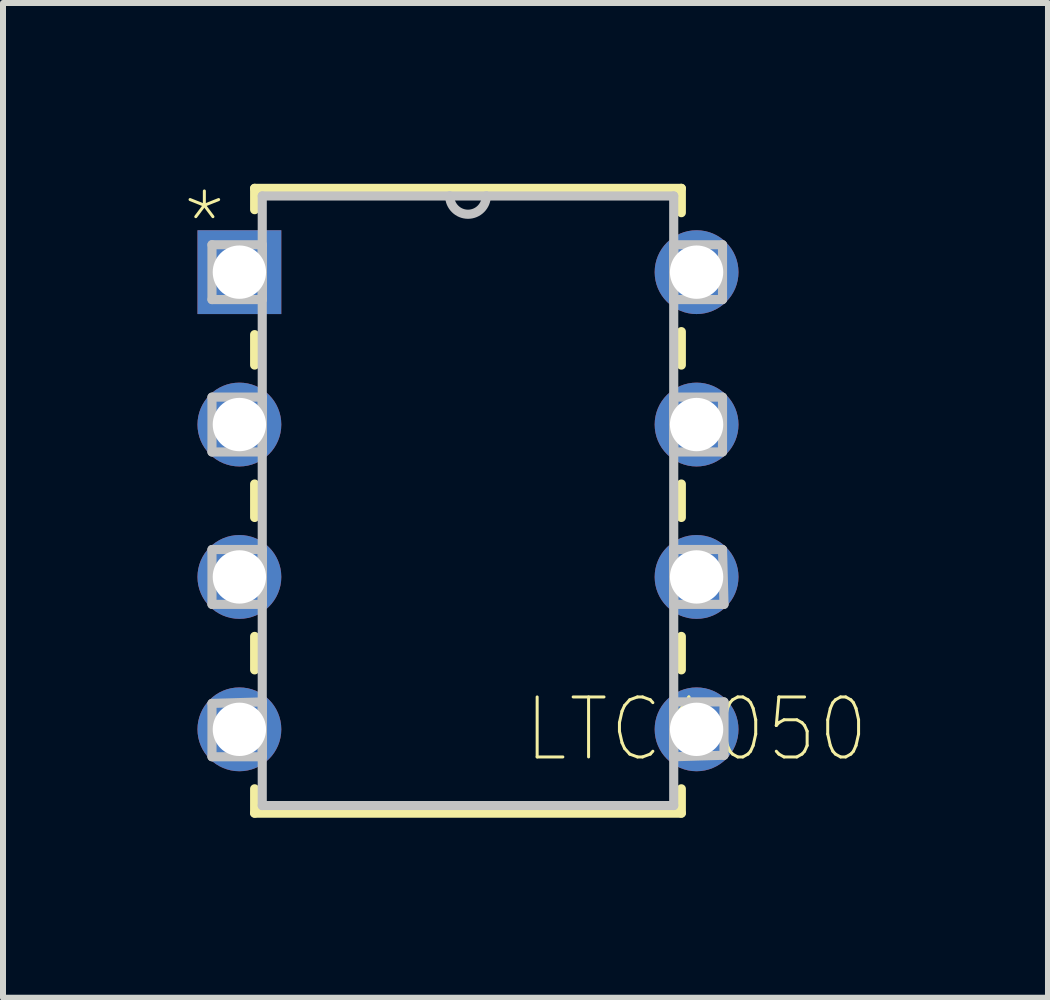
<source format=kicad_pcb>
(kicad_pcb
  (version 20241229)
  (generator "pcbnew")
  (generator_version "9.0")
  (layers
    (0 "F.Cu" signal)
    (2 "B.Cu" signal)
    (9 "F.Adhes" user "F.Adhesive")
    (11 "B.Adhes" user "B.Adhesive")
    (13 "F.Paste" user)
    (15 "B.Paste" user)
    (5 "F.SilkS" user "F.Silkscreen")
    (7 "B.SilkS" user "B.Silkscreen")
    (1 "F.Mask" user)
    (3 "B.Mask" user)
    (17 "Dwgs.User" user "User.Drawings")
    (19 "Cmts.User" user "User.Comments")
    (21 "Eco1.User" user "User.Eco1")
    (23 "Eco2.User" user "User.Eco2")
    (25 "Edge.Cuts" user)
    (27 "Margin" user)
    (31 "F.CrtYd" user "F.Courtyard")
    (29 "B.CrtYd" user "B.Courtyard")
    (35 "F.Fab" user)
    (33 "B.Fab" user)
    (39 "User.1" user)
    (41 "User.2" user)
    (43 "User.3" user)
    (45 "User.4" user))
  (footprint "LTC1050"
    (layer "F.Cu")
    (at 8.56 9.106)
    (property "Reference" "LTC1050" (at 0 0 0) (layer "F.SilkS") (effects (font (size 1 0.9) (thickness 0.05))))
    (attr through_hole)
    (fp_line (start -7.366 -9.017) (end -7.366 -8.661) (stroke (width 0.152) (type solid)) (layer "F.SilkS"))
    (fp_line (start -7.366 -6.579) (end -7.366 -6.071) (stroke (width 0.152) (type solid)) (layer "F.SilkS"))
    (fp_line (start -7.366 -4.089) (end -7.366 -3.531) (stroke (width 0.152) (type solid)) (layer "F.SilkS"))
    (fp_line (start -7.366 -1.549) (end -7.366 -0.991) (stroke (width 0.152) (type solid)) (layer "F.SilkS"))
    (fp_line (start -7.366 0.991) (end -7.366 1.397) (stroke (width 0.152) (type solid)) (layer "F.SilkS"))
    (fp_line (start -7.366 1.397) (end -0.254 1.397) (stroke (width 0.152) (type solid)) (layer "F.SilkS"))
    (fp_line (start -0.254 -9.017) (end -7.366 -9.017) (stroke (width 0.152) (type solid)) (layer "F.SilkS"))
    (fp_line (start -0.254 -8.611) (end -0.254 -9.017) (stroke (width 0.152) (type solid)) (layer "F.SilkS"))
    (fp_line (start -0.254 -6.071) (end -0.254 -6.629) (stroke (width 0.152) (type solid)) (layer "F.SilkS"))
    (fp_line (start -0.254 -3.531) (end -0.254 -4.089) (stroke (width 0.152) (type solid)) (layer "F.SilkS"))
    (fp_line (start -0.254 -0.991) (end -0.254 -1.549) (stroke (width 0.152) (type solid)) (layer "F.SilkS"))
    (fp_line (start -0.254 1.397) (end -0.254 0.991) (stroke (width 0.152) (type solid)) (layer "F.SilkS"))
    (fp_line (start -8.077 -8.077) (end -8.077 -7.163) (stroke (width 0.152) (type solid)) (layer "Dwgs.User"))
    (fp_line (start -8.077 -7.163) (end -7.239 -7.163) (stroke (width 0.152) (type solid)) (layer "Dwgs.User"))
    (fp_line (start -8.077 -5.537) (end -8.077 -4.623) (stroke (width 0.152) (type solid)) (layer "Dwgs.User"))
    (fp_line (start -8.077 -4.623) (end -7.239 -4.623) (stroke (width 0.152) (type solid)) (layer "Dwgs.User"))
    (fp_line (start -8.077 -2.997) (end -8.077 -2.083) (stroke (width 0.152) (type solid)) (layer "Dwgs.User"))
    (fp_line (start -8.077 -2.083) (end -7.239 -2.083) (stroke (width 0.152) (type solid)) (layer "Dwgs.User"))
    (fp_line (start -8.077 -0.432) (end -8.077 0.457) (stroke (width 0.152) (type solid)) (layer "Dwgs.User"))
    (fp_line (start -8.077 0.457) (end -7.239 0.457) (stroke (width 0.152) (type solid)) (layer "Dwgs.User"))
    (fp_line (start -7.239 -8.89) (end -7.239 1.27) (stroke (width 0.152) (type solid)) (layer "Dwgs.User"))
    (fp_line (start -7.239 -8.077) (end -8.077 -8.077) (stroke (width 0.152) (type solid)) (layer "Dwgs.User"))
    (fp_line (start -7.239 -7.163) (end -7.239 -8.077) (stroke (width 0.152) (type solid)) (layer "Dwgs.User"))
    (fp_line (start -7.239 -5.537) (end -8.077 -5.537) (stroke (width 0.152) (type solid)) (layer "Dwgs.User"))
    (fp_line (start -7.239 -4.623) (end -7.239 -5.537) (stroke (width 0.152) (type solid)) (layer "Dwgs.User"))
    (fp_line (start -7.239 -2.997) (end -8.077 -2.997) (stroke (width 0.152) (type solid)) (layer "Dwgs.User"))
    (fp_line (start -7.239 -2.083) (end -7.239 -2.997) (stroke (width 0.152) (type solid)) (layer "Dwgs.User"))
    (fp_line (start -7.239 -0.457) (end -8.077 -0.432) (stroke (width 0.152) (type solid)) (layer "Dwgs.User"))
    (fp_line (start -7.239 0.457) (end -7.239 -0.457) (stroke (width 0.152) (type solid)) (layer "Dwgs.User"))
    (fp_line (start -7.239 1.27) (end -0.381 1.27) (stroke (width 0.152) (type solid)) (layer "Dwgs.User"))
    (fp_line (start -4.115 -8.89) (end -7.239 -8.89) (stroke (width 0.152) (type solid)) (layer "Dwgs.User"))
    (fp_line (start -3.505 -8.89) (end -4.115 -8.89) (stroke (width 0.152) (type solid)) (layer "Dwgs.User"))
    (fp_line (start -0.381 -8.89) (end -3.505 -8.89) (stroke (width 0.152) (type solid)) (layer "Dwgs.User"))
    (fp_line (start -0.381 -8.077) (end -0.381 -7.163) (stroke (width 0.152) (type solid)) (layer "Dwgs.User"))
    (fp_line (start -0.381 -7.163) (end 0.432 -7.163) (stroke (width 0.152) (type solid)) (layer "Dwgs.User"))
    (fp_line (start -0.381 -5.537) (end -0.381 -4.623) (stroke (width 0.152) (type solid)) (layer "Dwgs.User"))
    (fp_line (start -0.381 -4.623) (end 0.432 -4.623) (stroke (width 0.152) (type solid)) (layer "Dwgs.User"))
    (fp_line (start -0.381 -2.997) (end -0.381 -2.083) (stroke (width 0.152) (type solid)) (layer "Dwgs.User"))
    (fp_line (start -0.381 -2.083) (end 0.457 -2.083) (stroke (width 0.152) (type solid)) (layer "Dwgs.User"))
    (fp_line (start -0.381 -0.457) (end -0.381 0.457) (stroke (width 0.152) (type solid)) (layer "Dwgs.User"))
    (fp_line (start -0.381 0.457) (end 0.457 0.432) (stroke (width 0.152) (type solid)) (layer "Dwgs.User"))
    (fp_line (start -0.381 1.27) (end -0.381 -8.89) (stroke (width 0.152) (type solid)) (layer "Dwgs.User"))
    (fp_line (start 0.432 -8.077) (end -0.381 -8.077) (stroke (width 0.152) (type solid)) (layer "Dwgs.User"))
    (fp_line (start 0.432 -7.163) (end 0.432 -8.077) (stroke (width 0.152) (type solid)) (layer "Dwgs.User"))
    (fp_line (start 0.432 -5.537) (end -0.381 -5.537) (stroke (width 0.152) (type solid)) (layer "Dwgs.User"))
    (fp_line (start 0.432 -4.623) (end 0.432 -5.537) (stroke (width 0.152) (type solid)) (layer "Dwgs.User"))
    (fp_line (start 0.432 -2.997) (end -0.381 -2.997) (stroke (width 0.152) (type solid)) (layer "Dwgs.User"))
    (fp_line (start 0.457 -2.083) (end 0.432 -2.997) (stroke (width 0.152) (type solid)) (layer "Dwgs.User"))
    (fp_line (start 0.457 -0.457) (end -0.381 -0.457) (stroke (width 0.152) (type solid)) (layer "Dwgs.User"))
    (fp_line (start 0.457 0.432) (end 0.457 -0.457) (stroke (width 0.152) (type solid)) (layer "Dwgs.User"))
    (fp_arc (start -3.5052 -8.89) (mid -3.81 -8.5852) (end -4.1148 -8.89) (stroke (width 0.1524) (type solid)) (layer "Dwgs.User"))
    (fp_text user "*" (at -8.204 -8.433 0) (layer "F.SilkS") (effects (font (size 1 1) (thickness 0.05))))
    (fp_text user "*" (at -7.569 -6.985 0) (layer "Edge.Cuts") (effects (font (size 1 1) (thickness 0.05))))
    (pad "1" thru_hole rect (at -7.62 -7.62) (size 1.397 1.397) (drill 0.889) (layers "*.Cu" "*.Mask"))
    (pad "2" thru_hole circle (at -7.62 -5.08) (size 1.397 1.397) (drill 0.889) (layers "*.Cu" "*.Mask"))
    (pad "3" thru_hole circle (at -7.62 -2.54) (size 1.397 1.397) (drill 0.889) (layers "*.Cu" "*.Mask"))
    (pad "4" thru_hole circle (at -7.62 0) (size 1.397 1.397) (drill 0.889) (layers "*.Cu" "*.Mask"))
    (pad "5" thru_hole circle (at 0 0) (size 1.397 1.397) (drill 0.889) (layers "*.Cu" "*.Mask"))
    (pad "6" thru_hole circle (at 0 -2.54) (size 1.397 1.397) (drill 0.889) (layers "*.Cu" "*.Mask"))
    (pad "7" thru_hole circle (at 0 -5.08) (size 1.397 1.397) (drill 0.889) (layers "*.Cu" "*.Mask"))
    (pad "8" thru_hole circle (at 0 -7.62) (size 1.397 1.397) (drill 0.889) (layers "*.Cu" "*.Mask")))
  (gr_rect
    (start -3 -3)
    (end 14.417 13.579)
    (stroke (width 0.1) (type default))
    (fill no)
    (layer "Edge.Cuts")))
</source>
